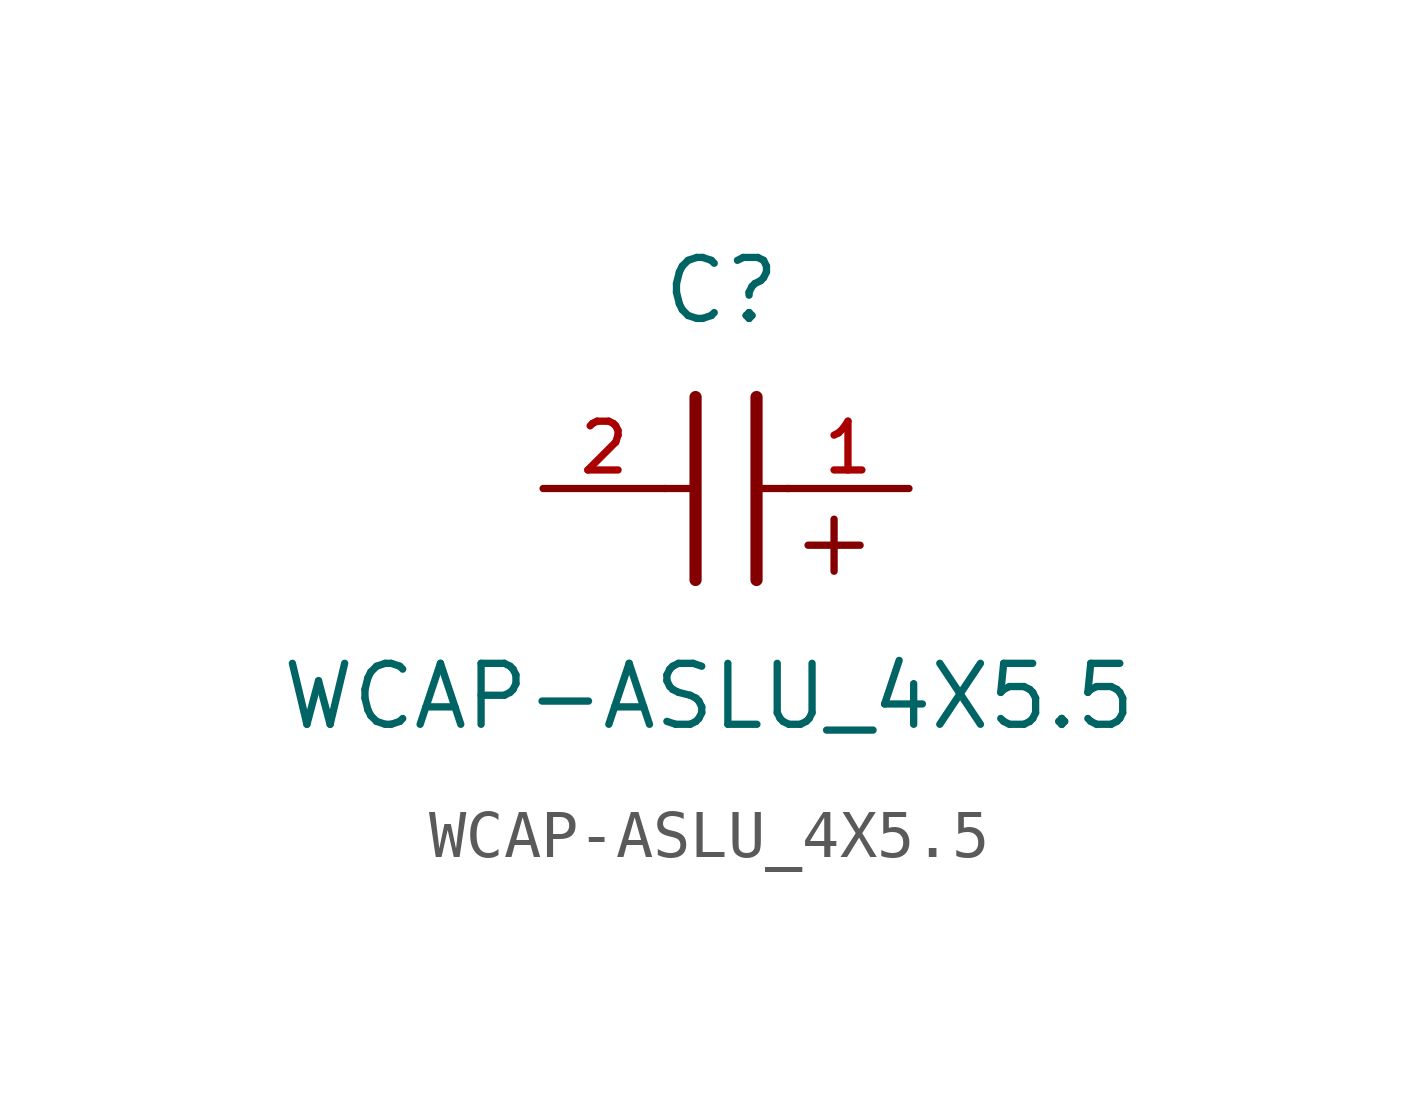
<source format=kicad_sym>
(kicad_symbol_lib
  (version 20211014)
  (generator kicad_symbol_editor)
  (symbol "WCAP-ASLU_4X5.5"
    (pin_names
      (offset 1.016))
    (property "Reference" "C"
      (at 1.175 3.38 0)
      (effects (font (size 1.27 1.27)) (justify bottom)))
    (property "Value" "WCAP-ASLU_4X5.5"
      (at 0.915 -5.075 0)
      (effects (font (size 1.27 1.27)) (justify bottom)))
    (symbol "WCAP-ASLU_4X5.5_0_0"
      (text "+" (at 2.54 -1.905 0) (effects (font (size 1.422 1.422)) (justify bottom left)))
      (polyline (pts (xy 1.905 1.905) (xy 1.905 -1.905)) (stroke (width 0.254)))
      (polyline (pts (xy 0.635 -1.905) (xy 0.635 1.905)) (stroke (width 0.254)))
      (polyline (pts (xy 0.0 0.0) (xy 0.643 0.0)) (stroke (width 0.152)))
      (polyline (pts (xy 1.928 0.0) (xy 2.57 0.0)) (stroke (width 0.152)))
      (pin passive line (at 5.08 0.0 180.0) (length 2.54) (name "~" (effects (font (size 1.016 1.016)))) (number "1" (effects (font (size 1.016 1.016)))))
      (pin passive line (at -2.54 0.0 0) (length 2.54) (name "~" (effects (font (size 1.016 1.016)))) (number "2" (effects (font (size 1.016 1.016))))))))
</source>
